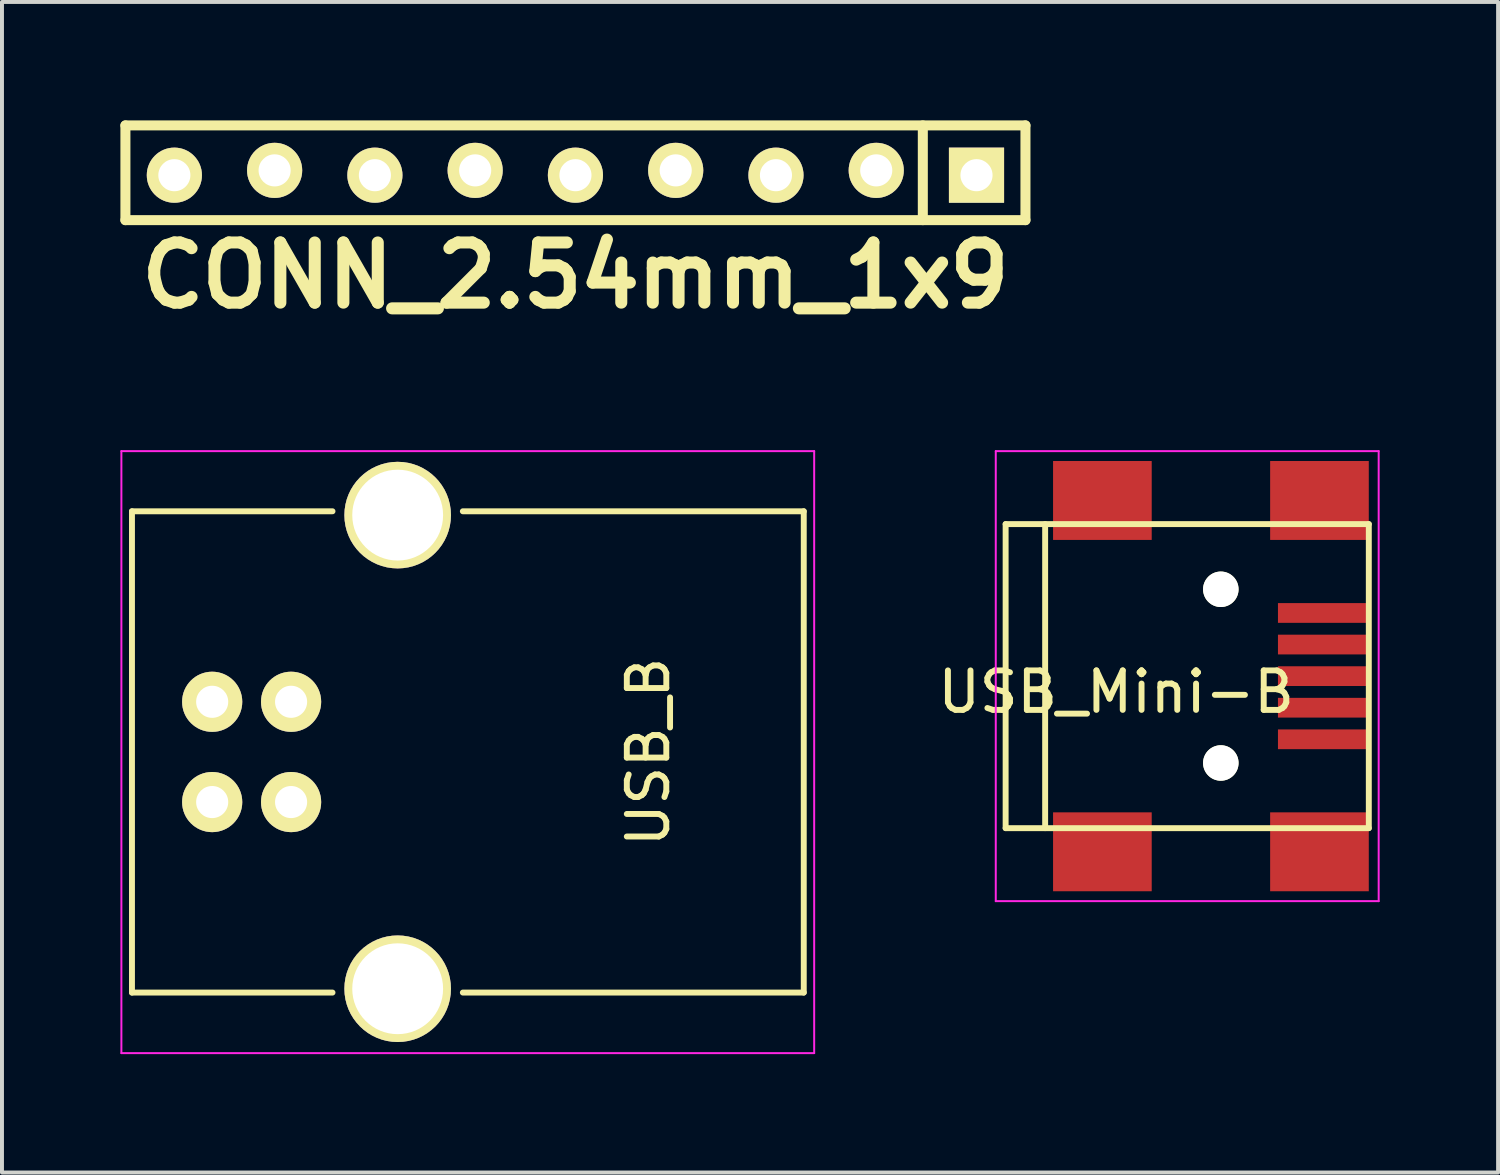
<source format=kicad_pcb>
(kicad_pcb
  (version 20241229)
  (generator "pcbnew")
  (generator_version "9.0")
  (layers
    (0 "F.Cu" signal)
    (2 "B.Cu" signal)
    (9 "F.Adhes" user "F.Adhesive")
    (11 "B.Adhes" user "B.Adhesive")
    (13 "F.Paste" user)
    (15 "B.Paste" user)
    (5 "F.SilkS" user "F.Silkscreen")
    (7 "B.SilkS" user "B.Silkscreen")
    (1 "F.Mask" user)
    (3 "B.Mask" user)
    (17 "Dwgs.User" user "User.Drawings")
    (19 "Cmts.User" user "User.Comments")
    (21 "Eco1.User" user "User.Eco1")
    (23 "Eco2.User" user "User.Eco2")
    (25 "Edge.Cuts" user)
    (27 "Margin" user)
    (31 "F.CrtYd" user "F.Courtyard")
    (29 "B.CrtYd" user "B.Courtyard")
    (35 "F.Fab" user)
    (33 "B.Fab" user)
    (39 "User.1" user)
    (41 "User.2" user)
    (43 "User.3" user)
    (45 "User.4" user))
  (footprint "CONN_2.54mm_1x9"
    (layer "F.Cu")
    (at 11.527 1.327)
    (property "Reference" "CONN_2.54mm_1x9" (at 0 2.6 0) (layer "F.SilkS") (effects (font (size 1.524 1.524) (thickness 0.305))))
    (attr through_hole)
    (fp_line (start -11.4 -1.2) (end -11.4 1.2) (stroke (width 0.254) (type solid)) (layer "F.SilkS"))
    (fp_line (start -11.4 1.2) (end 11.4 1.2) (stroke (width 0.254) (type solid)) (layer "F.SilkS"))
    (fp_line (start 8.8 1.2) (end 8.8 -1.2) (stroke (width 0.254) (type solid)) (layer "F.SilkS"))
    (fp_line (start 11.4 -1.2) (end -11.4 -1.2) (stroke (width 0.254) (type solid)) (layer "F.SilkS"))
    (fp_line (start 11.4 1.2) (end 11.4 -1.2) (stroke (width 0.254) (type solid)) (layer "F.SilkS"))
    (pad "1" thru_hole rect (at 10.16 0.061) (size 1.397 1.397) (drill 0.813) (layers "*.Cu" "*.Mask" "F.SilkS"))
    (pad "2" thru_hole circle (at 7.62 -0.061) (size 1.397 1.397) (drill 0.813) (layers "*.Cu" "*.Mask" "F.SilkS"))
    (pad "3" thru_hole circle (at 5.08 0.061) (size 1.397 1.397) (drill 0.813) (layers "*.Cu" "*.Mask" "F.SilkS"))
    (pad "4" thru_hole circle (at 2.54 -0.061) (size 1.397 1.397) (drill 0.813) (layers "*.Cu" "*.Mask" "F.SilkS"))
    (pad "5" thru_hole circle (at 0 0.061) (size 1.397 1.397) (drill 0.813) (layers "*.Cu" "*.Mask" "F.SilkS"))
    (pad "6" thru_hole circle (at -2.54 -0.061) (size 1.397 1.397) (drill 0.813) (layers "*.Cu" "*.Mask" "F.SilkS"))
    (pad "7" thru_hole circle (at -5.08 0.061) (size 1.397 1.397) (drill 0.813) (layers "*.Cu" "*.Mask" "F.SilkS"))
    (pad "8" thru_hole circle (at -7.62 -0.061) (size 1.397 1.397) (drill 0.813) (layers "*.Cu" "*.Mask" "F.SilkS"))
    (pad "9" thru_hole circle (at -10.16 0.061) (size 1.397 1.397) (drill 0.813) (layers "*.Cu" "*.Mask" "F.SilkS")))
  (footprint "USB_Mini-B"
    (layer "F.Cu")
    (at 27.025 14.078)
    (property "Reference" "USB_Mini-B" (at -1.8 0.4 0) (layer "F.SilkS") (effects (font (size 1 1) (thickness 0.15))))
    (attr smd)
    (fp_line (start -4.6 -3.851) (end -4.6 3.851) (stroke (width 0.15) (type solid)) (layer "F.SilkS"))
    (fp_line (start -4.6 3.851) (end 4.6 3.851) (stroke (width 0.15) (type solid)) (layer "F.SilkS"))
    (fp_line (start -3.599 -3.851) (end -3.599 3.851) (stroke (width 0.15) (type solid)) (layer "F.SilkS"))
    (fp_line (start 4.6 -3.851) (end -4.6 -3.851) (stroke (width 0.15) (type solid)) (layer "F.SilkS"))
    (fp_line (start 4.6 3.851) (end 4.6 -3.851) (stroke (width 0.15) (type solid)) (layer "F.SilkS"))
    (fp_line (start -4.85 -5.7) (end 4.85 -5.7) (stroke (width 0.05) (type solid)) (layer "F.CrtYd"))
    (fp_line (start -4.85 5.7) (end -4.85 -5.7) (stroke (width 0.05) (type solid)) (layer "F.CrtYd"))
    (fp_line (start 4.85 -5.7) (end 4.85 5.7) (stroke (width 0.05) (type solid)) (layer "F.CrtYd"))
    (fp_line (start 4.85 5.7) (end -4.85 5.7) (stroke (width 0.05) (type solid)) (layer "F.CrtYd"))
    (pad "" np_thru_hole circle (at 0.851 -2.2) (size 0.899 0.899) (drill 0.899) (layers "*.Cu" "*.Mask" "F.SilkS"))
    (pad "" np_thru_hole circle (at 0.851 2.2) (size 0.899 0.899) (drill 0.899) (layers "*.Cu" "*.Mask" "F.SilkS"))
    (pad "1" smd rect (at 3.449 -1.6) (size 2.301 0.5) (layers "F.Cu" "F.Mask" "F.Paste"))
    (pad "2" smd rect (at 3.449 -0.8) (size 2.301 0.5) (layers "F.Cu" "F.Mask" "F.Paste"))
    (pad "3" smd rect (at 3.449 0) (size 2.301 0.5) (layers "F.Cu" "F.Mask" "F.Paste"))
    (pad "4" smd rect (at 3.449 0.8) (size 2.301 0.5) (layers "F.Cu" "F.Mask" "F.Paste"))
    (pad "5" smd rect (at 3.449 1.6) (size 2.301 0.5) (layers "F.Cu" "F.Mask" "F.Paste"))
    (pad "6" smd rect (at 3.35 4.45) (size 2.499 1.999) (layers "F.Cu" "F.Mask" "F.Paste"))
    (pad "7" smd rect (at -2.149 4.45) (size 2.499 1.999) (layers "F.Cu" "F.Mask" "F.Paste"))
    (pad "8" smd rect (at -2.149 -4.45) (size 2.499 1.999) (layers "F.Cu" "F.Mask" "F.Paste"))
    (pad "9" smd rect (at 3.35 -4.45) (size 2.499 1.999) (layers "F.Cu" "F.Mask" "F.Paste")))
  (footprint "USB_B"
    (layer "F.Cu")
    (at 2.325 14.728)
    (property "Reference" "USB_B" (at 11.049 1.27 90) (layer "F.SilkS") (effects (font (size 1 1) (thickness 0.15))))
    (attr through_hole)
    (fp_line (start -2.032 -4.826) (end 3.048 -4.826) (stroke (width 0.15) (type solid)) (layer "F.SilkS"))
    (fp_line (start -2.032 7.366) (end -2.032 -4.826) (stroke (width 0.15) (type solid)) (layer "F.SilkS"))
    (fp_line (start -2.032 7.366) (end 3.048 7.366) (stroke (width 0.15) (type solid)) (layer "F.SilkS"))
    (fp_line (start 6.35 -4.826) (end 14.986 -4.826) (stroke (width 0.15) (type solid)) (layer "F.SilkS"))
    (fp_line (start 6.35 7.366) (end 14.986 7.366) (stroke (width 0.15) (type solid)) (layer "F.SilkS"))
    (fp_line (start 14.986 -4.826) (end 14.986 7.366) (stroke (width 0.15) (type solid)) (layer "F.SilkS"))
    (fp_line (start -2.3 -6.35) (end 15.25 -6.35) (stroke (width 0.05) (type solid)) (layer "F.CrtYd"))
    (fp_line (start -2.3 8.9) (end -2.3 -6.35) (stroke (width 0.05) (type solid)) (layer "F.CrtYd"))
    (fp_line (start 15.25 -6.35) (end 15.25 8.9) (stroke (width 0.05) (type solid)) (layer "F.CrtYd"))
    (fp_line (start 15.25 8.9) (end -2.3 8.9) (stroke (width 0.05) (type solid)) (layer "F.CrtYd"))
    (pad "1" thru_hole circle (at 0 0 270) (size 1.524 1.524) (drill 0.813) (layers "*.Cu" "*.Mask" "F.SilkS"))
    (pad "2" thru_hole circle (at 0 2.54 270) (size 1.524 1.524) (drill 0.813) (layers "*.Cu" "*.Mask" "F.SilkS"))
    (pad "3" thru_hole circle (at 1.999 2.54 270) (size 1.524 1.524) (drill 0.813) (layers "*.Cu" "*.Mask" "F.SilkS"))
    (pad "4" thru_hole circle (at 1.999 0 270) (size 1.524 1.524) (drill 0.813) (layers "*.Cu" "*.Mask" "F.SilkS"))
    (pad "5" thru_hole circle (at 4.699 -4.729 270) (size 2.7 2.7) (drill 2.301) (layers "*.Cu" "*.Mask" "F.SilkS"))
    (pad "6" thru_hole circle (at 4.699 7.269) (size 2.7 2.7) (drill 2.301) (layers "*.Cu" "*.Mask" "F.SilkS")))
  (gr_rect
    (start -3 -3)
    (end 34.9 26.653)
    (stroke (width 0.1) (type default))
    (fill no)
    (layer "Edge.Cuts")))
</source>
